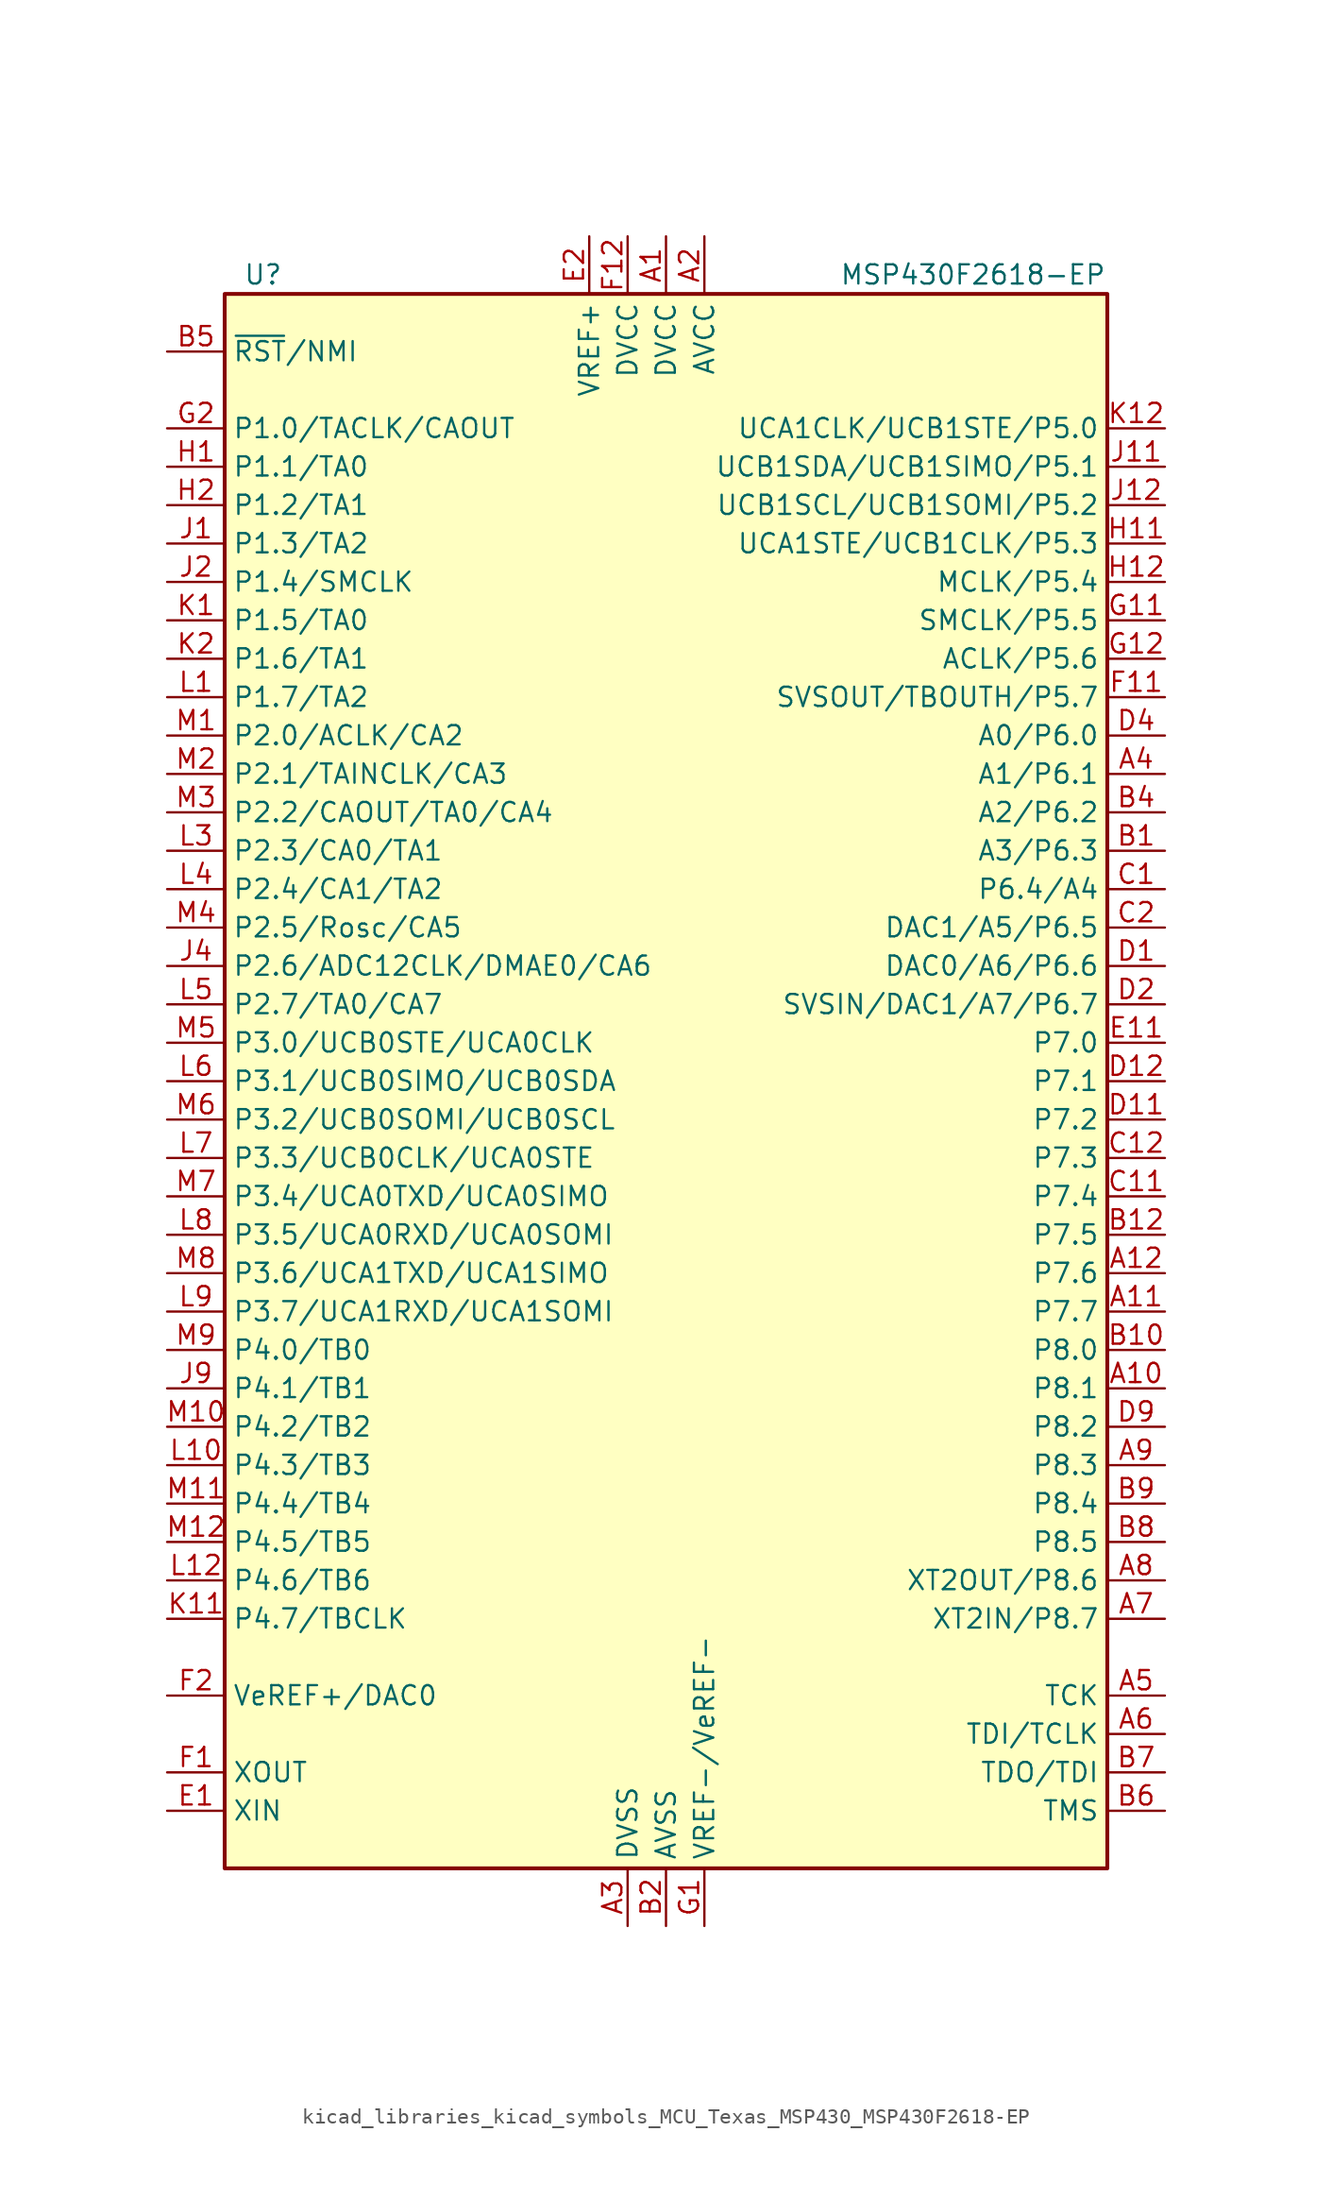
<source format=kicad_sym>
(kicad_symbol_lib
  (version 20220914)
  (generator kicad_symbol_editor)
  (symbol "kicad_libraries_kicad_symbols_MCU_Texas_MSP430_MSP430F2618-EP"
    (property "Reference" "U"
      (at -26.67 53.34 0)
      (effects (font (size 1.27 1.27))))
    (property "Value" "MSP430F2618-EP"
      (at 20.32 53.34 0)
      (effects (font (size 1.27 1.27))))
    (symbol "kicad_libraries_kicad_symbols_MCU_Texas_MSP430_MSP430F2618-EP_0_1"
      (rectangle (start -29.21 52.07) (end 29.21 -52.07) (stroke (width 0.254) (type default)) (fill (type background))))
    (symbol "kicad_libraries_kicad_symbols_MCU_Texas_MSP430_MSP430F2618-EP_1_1"
      (pin power_in line (at 0 55.88 270) (length 3.81) (name "DVCC" (effects (font (size 1.27 1.27)))) (number "A1" (effects (font (size 1.27 1.27)))))
      (pin bidirectional line (at 33.02 -20.32 180) (length 3.81) (name "P8.1" (effects (font (size 1.27 1.27)))) (number "A10" (effects (font (size 1.27 1.27)))))
      (pin bidirectional line (at 33.02 -15.24 180) (length 3.81) (name "P7.7" (effects (font (size 1.27 1.27)))) (number "A11" (effects (font (size 1.27 1.27)))))
      (pin bidirectional line (at 33.02 -12.7 180) (length 3.81) (name "P7.6" (effects (font (size 1.27 1.27)))) (number "A12" (effects (font (size 1.27 1.27)))))
      (pin power_in line (at 2.54 55.88 270) (length 3.81) (name "AVCC" (effects (font (size 1.27 1.27)))) (number "A2" (effects (font (size 1.27 1.27)))))
      (pin power_in line (at -2.54 -55.88 90) (length 3.81) (name "DVSS" (effects (font (size 1.27 1.27)))) (number "A3" (effects (font (size 1.27 1.27)))))
      (pin bidirectional line (at 33.02 20.32 180) (length 3.81) (name "A1/P6.1" (effects (font (size 1.27 1.27)))) (number "A4" (effects (font (size 1.27 1.27)))))
      (pin input line (at 33.02 -40.64 180) (length 3.81) (name "TCK" (effects (font (size 1.27 1.27)))) (number "A5" (effects (font (size 1.27 1.27)))))
      (pin input line (at 33.02 -43.18 180) (length 3.81) (name "TDI/TCLK" (effects (font (size 1.27 1.27)))) (number "A6" (effects (font (size 1.27 1.27)))))
      (pin bidirectional line (at 33.02 -35.56 180) (length 3.81) (name "XT2IN/P8.7" (effects (font (size 1.27 1.27)))) (number "A7" (effects (font (size 1.27 1.27)))))
      (pin bidirectional line (at 33.02 -33.02 180) (length 3.81) (name "XT2OUT/P8.6" (effects (font (size 1.27 1.27)))) (number "A8" (effects (font (size 1.27 1.27)))))
      (pin bidirectional line (at 33.02 -25.4 180) (length 3.81) (name "P8.3" (effects (font (size 1.27 1.27)))) (number "A9" (effects (font (size 1.27 1.27)))))
      (pin bidirectional line (at 33.02 15.24 180) (length 3.81) (name "A3/P6.3" (effects (font (size 1.27 1.27)))) (number "B1" (effects (font (size 1.27 1.27)))))
      (pin bidirectional line (at 33.02 -17.78 180) (length 3.81) (name "P8.0" (effects (font (size 1.27 1.27)))) (number "B10" (effects (font (size 1.27 1.27)))))
      (pin passive line (at -2.54 -55.88 90) (length 3.81) hide (name "DVSS" (effects (font (size 1.27 1.27)))) (number "B11" (effects (font (size 1.27 1.27)))))
      (pin bidirectional line (at 33.02 -10.16 180) (length 3.81) (name "P7.5" (effects (font (size 1.27 1.27)))) (number "B12" (effects (font (size 1.27 1.27)))))
      (pin power_in line (at 0 -55.88 90) (length 3.81) (name "AVSS" (effects (font (size 1.27 1.27)))) (number "B2" (effects (font (size 1.27 1.27)))))
      (pin passive line (at 0 -55.88 90) (length 3.81) hide (name "AVSS" (effects (font (size 1.27 1.27)))) (number "B3" (effects (font (size 1.27 1.27)))))
      (pin bidirectional line (at 33.02 17.78 180) (length 3.81) (name "A2/P6.2" (effects (font (size 1.27 1.27)))) (number "B4" (effects (font (size 1.27 1.27)))))
      (pin input line (at -33.02 48.26 0) (length 3.81) (name "~{RST}/NMI" (effects (font (size 1.27 1.27)))) (number "B5" (effects (font (size 1.27 1.27)))))
      (pin input line (at 33.02 -48.26 180) (length 3.81) (name "TMS" (effects (font (size 1.27 1.27)))) (number "B6" (effects (font (size 1.27 1.27)))))
      (pin bidirectional line (at 33.02 -45.72 180) (length 3.81) (name "TDO/TDI" (effects (font (size 1.27 1.27)))) (number "B7" (effects (font (size 1.27 1.27)))))
      (pin bidirectional line (at 33.02 -30.48 180) (length 3.81) (name "P8.5" (effects (font (size 1.27 1.27)))) (number "B8" (effects (font (size 1.27 1.27)))))
      (pin bidirectional line (at 33.02 -27.94 180) (length 3.81) (name "P8.4" (effects (font (size 1.27 1.27)))) (number "B9" (effects (font (size 1.27 1.27)))))
      (pin bidirectional line (at 33.02 12.7 180) (length 3.81) (name "P6.4/A4" (effects (font (size 1.27 1.27)))) (number "C1" (effects (font (size 1.27 1.27)))))
      (pin bidirectional line (at 33.02 -7.62 180) (length 3.81) (name "P7.4" (effects (font (size 1.27 1.27)))) (number "C11" (effects (font (size 1.27 1.27)))))
      (pin bidirectional line (at 33.02 -5.08 180) (length 3.81) (name "P7.3" (effects (font (size 1.27 1.27)))) (number "C12" (effects (font (size 1.27 1.27)))))
      (pin bidirectional line (at 33.02 10.16 180) (length 3.81) (name "DAC1/A5/P6.5" (effects (font (size 1.27 1.27)))) (number "C2" (effects (font (size 1.27 1.27)))))
      (pin bidirectional line (at 33.02 10.16 180) (length 3.81) hide (name "DAC1/A5/P6.5" (effects (font (size 1.27 1.27)))) (number "C3" (effects (font (size 1.27 1.27)))))
      (pin bidirectional line (at 33.02 7.62 180) (length 3.81) (name "DAC0/A6/P6.6" (effects (font (size 1.27 1.27)))) (number "D1" (effects (font (size 1.27 1.27)))))
      (pin bidirectional line (at 33.02 -2.54 180) (length 3.81) (name "P7.2" (effects (font (size 1.27 1.27)))) (number "D11" (effects (font (size 1.27 1.27)))))
      (pin bidirectional line (at 33.02 0 180) (length 3.81) (name "P7.1" (effects (font (size 1.27 1.27)))) (number "D12" (effects (font (size 1.27 1.27)))))
      (pin bidirectional line (at 33.02 5.08 180) (length 3.81) (name "SVSIN/DAC1/A7/P6.7" (effects (font (size 1.27 1.27)))) (number "D2" (effects (font (size 1.27 1.27)))))
      (pin bidirectional line (at 33.02 22.86 180) (length 3.81) (name "A0/P6.0" (effects (font (size 1.27 1.27)))) (number "D4" (effects (font (size 1.27 1.27)))))
      (pin passive line (at -2.54 -55.88 90) (length 3.81) hide (name "DVSS" (effects (font (size 1.27 1.27)))) (number "D5" (effects (font (size 1.27 1.27)))))
      (pin passive line (at -2.54 -55.88 90) (length 3.81) hide (name "DVSS" (effects (font (size 1.27 1.27)))) (number "D6" (effects (font (size 1.27 1.27)))))
      (pin passive line (at -2.54 -55.88 90) (length 3.81) hide (name "DVSS" (effects (font (size 1.27 1.27)))) (number "D7" (effects (font (size 1.27 1.27)))))
      (pin passive line (at -2.54 -55.88 90) (length 3.81) hide (name "DVSS" (effects (font (size 1.27 1.27)))) (number "D8" (effects (font (size 1.27 1.27)))))
      (pin bidirectional line (at 33.02 -22.86 180) (length 3.81) (name "P8.2" (effects (font (size 1.27 1.27)))) (number "D9" (effects (font (size 1.27 1.27)))))
      (pin input line (at -33.02 -48.26 0) (length 3.81) (name "XIN" (effects (font (size 1.27 1.27)))) (number "E1" (effects (font (size 1.27 1.27)))))
      (pin power_in line (at 33.02 2.54 180) (length 3.81) (name "P7.0" (effects (font (size 1.27 1.27)))) (number "E11" (effects (font (size 1.27 1.27)))))
      (pin passive line (at -2.54 -55.88 90) (length 3.81) hide (name "DVSS" (effects (font (size 1.27 1.27)))) (number "E12" (effects (font (size 1.27 1.27)))))
      (pin power_in line (at -5.08 55.88 270) (length 3.81) (name "VREF+" (effects (font (size 1.27 1.27)))) (number "E2" (effects (font (size 1.27 1.27)))))
      (pin passive line (at -2.54 -55.88 90) (length 3.81) hide (name "DVSS" (effects (font (size 1.27 1.27)))) (number "E4" (effects (font (size 1.27 1.27)))))
      (pin passive line (at -2.54 -55.88 90) (length 3.81) hide (name "DVSS" (effects (font (size 1.27 1.27)))) (number "E5" (effects (font (size 1.27 1.27)))))
      (pin passive line (at -2.54 -55.88 90) (length 3.81) hide (name "DVSS" (effects (font (size 1.27 1.27)))) (number "E6" (effects (font (size 1.27 1.27)))))
      (pin passive line (at -2.54 -55.88 90) (length 3.81) hide (name "DVSS" (effects (font (size 1.27 1.27)))) (number "E7" (effects (font (size 1.27 1.27)))))
      (pin passive line (at -2.54 -55.88 90) (length 3.81) hide (name "DVSS" (effects (font (size 1.27 1.27)))) (number "E8" (effects (font (size 1.27 1.27)))))
      (pin passive line (at -2.54 -55.88 90) (length 3.81) hide (name "DVSS" (effects (font (size 1.27 1.27)))) (number "E9" (effects (font (size 1.27 1.27)))))
      (pin output line (at -33.02 -45.72 0) (length 3.81) (name "XOUT" (effects (font (size 1.27 1.27)))) (number "F1" (effects (font (size 1.27 1.27)))))
      (pin bidirectional line (at 33.02 25.4 180) (length 3.81) (name "SVSOUT/TBOUTH/P5.7" (effects (font (size 1.27 1.27)))) (number "F11" (effects (font (size 1.27 1.27)))))
      (pin power_in line (at -2.54 55.88 270) (length 3.81) (name "DVCC" (effects (font (size 1.27 1.27)))) (number "F12" (effects (font (size 1.27 1.27)))))
      (pin bidirectional line (at -33.02 -40.64 0) (length 3.81) (name "VeREF+/DAC0" (effects (font (size 1.27 1.27)))) (number "F2" (effects (font (size 1.27 1.27)))))
      (pin passive line (at -2.54 -55.88 90) (length 3.81) hide (name "DVSS" (effects (font (size 1.27 1.27)))) (number "F4" (effects (font (size 1.27 1.27)))))
      (pin passive line (at -2.54 -55.88 90) (length 3.81) hide (name "DVSS" (effects (font (size 1.27 1.27)))) (number "F5" (effects (font (size 1.27 1.27)))))
      (pin passive line (at -2.54 -55.88 90) (length 3.81) hide (name "DVSS" (effects (font (size 1.27 1.27)))) (number "F8" (effects (font (size 1.27 1.27)))))
      (pin passive line (at -2.54 -55.88 90) (length 3.81) hide (name "DVSS" (effects (font (size 1.27 1.27)))) (number "F9" (effects (font (size 1.27 1.27)))))
      (pin bidirectional line (at 2.54 -55.88 90) (length 3.81) (name "VREF-/VeREF-" (effects (font (size 1.27 1.27)))) (number "G1" (effects (font (size 1.27 1.27)))))
      (pin bidirectional line (at 33.02 30.48 180) (length 3.81) (name "SMCLK/P5.5" (effects (font (size 1.27 1.27)))) (number "G11" (effects (font (size 1.27 1.27)))))
      (pin bidirectional line (at 33.02 27.94 180) (length 3.81) (name "ACLK/P5.6" (effects (font (size 1.27 1.27)))) (number "G12" (effects (font (size 1.27 1.27)))))
      (pin bidirectional line (at -33.02 43.18 0) (length 3.81) (name "P1.0/TACLK/CAOUT" (effects (font (size 1.27 1.27)))) (number "G2" (effects (font (size 1.27 1.27)))))
      (pin passive line (at -2.54 -55.88 90) (length 3.81) hide (name "DVSS" (effects (font (size 1.27 1.27)))) (number "G4" (effects (font (size 1.27 1.27)))))
      (pin passive line (at -2.54 -55.88 90) (length 3.81) hide (name "DVSS" (effects (font (size 1.27 1.27)))) (number "G5" (effects (font (size 1.27 1.27)))))
      (pin passive line (at -2.54 -55.88 90) (length 3.81) hide (name "DVSS" (effects (font (size 1.27 1.27)))) (number "G8" (effects (font (size 1.27 1.27)))))
      (pin passive line (at -2.54 -55.88 90) (length 3.81) hide (name "DVSS" (effects (font (size 1.27 1.27)))) (number "G9" (effects (font (size 1.27 1.27)))))
      (pin bidirectional line (at -33.02 40.64 0) (length 3.81) (name "P1.1/TA0" (effects (font (size 1.27 1.27)))) (number "H1" (effects (font (size 1.27 1.27)))))
      (pin bidirectional line (at 33.02 35.56 180) (length 3.81) (name "UCA1STE/UCB1CLK/P5.3" (effects (font (size 1.27 1.27)))) (number "H11" (effects (font (size 1.27 1.27)))))
      (pin bidirectional line (at 33.02 33.02 180) (length 3.81) (name "MCLK/P5.4" (effects (font (size 1.27 1.27)))) (number "H12" (effects (font (size 1.27 1.27)))))
      (pin bidirectional line (at -33.02 38.1 0) (length 3.81) (name "P1.2/TA1" (effects (font (size 1.27 1.27)))) (number "H2" (effects (font (size 1.27 1.27)))))
      (pin passive line (at -2.54 -55.88 90) (length 3.81) hide (name "DVSS" (effects (font (size 1.27 1.27)))) (number "H4" (effects (font (size 1.27 1.27)))))
      (pin passive line (at -2.54 -55.88 90) (length 3.81) hide (name "DVSS" (effects (font (size 1.27 1.27)))) (number "H5" (effects (font (size 1.27 1.27)))))
      (pin passive line (at -2.54 -55.88 90) (length 3.81) hide (name "DVSS" (effects (font (size 1.27 1.27)))) (number "H6" (effects (font (size 1.27 1.27)))))
      (pin passive line (at -2.54 -55.88 90) (length 3.81) hide (name "DVSS" (effects (font (size 1.27 1.27)))) (number "H7" (effects (font (size 1.27 1.27)))))
      (pin passive line (at -2.54 -55.88 90) (length 3.81) hide (name "DVSS" (effects (font (size 1.27 1.27)))) (number "H8" (effects (font (size 1.27 1.27)))))
      (pin passive line (at -2.54 -55.88 90) (length 3.81) hide (name "DVSS" (effects (font (size 1.27 1.27)))) (number "H9" (effects (font (size 1.27 1.27)))))
      (pin bidirectional line (at -33.02 35.56 0) (length 3.81) (name "P1.3/TA2" (effects (font (size 1.27 1.27)))) (number "J1" (effects (font (size 1.27 1.27)))))
      (pin bidirectional line (at 33.02 40.64 180) (length 3.81) (name "UCB1SDA/UCB1SIMO/P5.1" (effects (font (size 1.27 1.27)))) (number "J11" (effects (font (size 1.27 1.27)))))
      (pin bidirectional line (at 33.02 38.1 180) (length 3.81) (name "UCB1SCL/UCB1SOMI/P5.2" (effects (font (size 1.27 1.27)))) (number "J12" (effects (font (size 1.27 1.27)))))
      (pin bidirectional line (at -33.02 33.02 0) (length 3.81) (name "P1.4/SMCLK" (effects (font (size 1.27 1.27)))) (number "J2" (effects (font (size 1.27 1.27)))))
      (pin bidirectional line (at -33.02 7.62 0) (length 3.81) (name "P2.6/ADC12CLK/DMAE0/CA6" (effects (font (size 1.27 1.27)))) (number "J4" (effects (font (size 1.27 1.27)))))
      (pin passive line (at -2.54 -55.88 90) (length 3.81) hide (name "DVSS" (effects (font (size 1.27 1.27)))) (number "J5" (effects (font (size 1.27 1.27)))))
      (pin passive line (at -2.54 -55.88 90) (length 3.81) hide (name "DVSS" (effects (font (size 1.27 1.27)))) (number "J6" (effects (font (size 1.27 1.27)))))
      (pin passive line (at -2.54 -55.88 90) (length 3.81) hide (name "DVSS" (effects (font (size 1.27 1.27)))) (number "J7" (effects (font (size 1.27 1.27)))))
      (pin passive line (at -2.54 -55.88 90) (length 3.81) hide (name "DVSS" (effects (font (size 1.27 1.27)))) (number "J8" (effects (font (size 1.27 1.27)))))
      (pin bidirectional line (at -33.02 -20.32 0) (length 3.81) (name "P4.1/TB1" (effects (font (size 1.27 1.27)))) (number "J9" (effects (font (size 1.27 1.27)))))
      (pin bidirectional line (at -33.02 30.48 0) (length 3.81) (name "P1.5/TA0" (effects (font (size 1.27 1.27)))) (number "K1" (effects (font (size 1.27 1.27)))))
      (pin bidirectional line (at -33.02 -35.56 0) (length 3.81) (name "P4.7/TBCLK" (effects (font (size 1.27 1.27)))) (number "K11" (effects (font (size 1.27 1.27)))))
      (pin bidirectional line (at 33.02 43.18 180) (length 3.81) (name "UCA1CLK/UCB1STE/P5.0" (effects (font (size 1.27 1.27)))) (number "K12" (effects (font (size 1.27 1.27)))))
      (pin bidirectional line (at -33.02 27.94 0) (length 3.81) (name "P1.6/TA1" (effects (font (size 1.27 1.27)))) (number "K2" (effects (font (size 1.27 1.27)))))
      (pin bidirectional line (at -33.02 25.4 0) (length 3.81) (name "P1.7/TA2" (effects (font (size 1.27 1.27)))) (number "L1" (effects (font (size 1.27 1.27)))))
      (pin bidirectional line (at -33.02 -25.4 0) (length 3.81) (name "P4.3/TB3" (effects (font (size 1.27 1.27)))) (number "L10" (effects (font (size 1.27 1.27)))))
      (pin passive line (at -2.54 -55.88 90) (length 3.81) hide (name "DVSS" (effects (font (size 1.27 1.27)))) (number "L11" (effects (font (size 1.27 1.27)))))
      (pin bidirectional line (at -33.02 -33.02 0) (length 3.81) (name "P4.6/TB6" (effects (font (size 1.27 1.27)))) (number "L12" (effects (font (size 1.27 1.27)))))
      (pin passive line (at -2.54 -55.88 90) (length 3.81) hide (name "DVSS" (effects (font (size 1.27 1.27)))) (number "L2" (effects (font (size 1.27 1.27)))))
      (pin bidirectional line (at -33.02 15.24 0) (length 3.81) (name "P2.3/CA0/TA1" (effects (font (size 1.27 1.27)))) (number "L3" (effects (font (size 1.27 1.27)))))
      (pin bidirectional line (at -33.02 12.7 0) (length 3.81) (name "P2.4/CA1/TA2" (effects (font (size 1.27 1.27)))) (number "L4" (effects (font (size 1.27 1.27)))))
      (pin bidirectional line (at -33.02 5.08 0) (length 3.81) (name "P2.7/TA0/CA7" (effects (font (size 1.27 1.27)))) (number "L5" (effects (font (size 1.27 1.27)))))
      (pin bidirectional line (at -33.02 0 0) (length 3.81) (name "P3.1/UCB0SIMO/UCB0SDA" (effects (font (size 1.27 1.27)))) (number "L6" (effects (font (size 1.27 1.27)))))
      (pin bidirectional line (at -33.02 -5.08 0) (length 3.81) (name "P3.3/UCB0CLK/UCA0STE" (effects (font (size 1.27 1.27)))) (number "L7" (effects (font (size 1.27 1.27)))))
      (pin bidirectional line (at -33.02 -10.16 0) (length 3.81) (name "P3.5/UCA0RXD/UCA0SOMI" (effects (font (size 1.27 1.27)))) (number "L8" (effects (font (size 1.27 1.27)))))
      (pin bidirectional line (at -33.02 -15.24 0) (length 3.81) (name "P3.7/UCA1RXD/UCA1SOMI" (effects (font (size 1.27 1.27)))) (number "L9" (effects (font (size 1.27 1.27)))))
      (pin bidirectional line (at -33.02 22.86 0) (length 3.81) (name "P2.0/ACLK/CA2" (effects (font (size 1.27 1.27)))) (number "M1" (effects (font (size 1.27 1.27)))))
      (pin bidirectional line (at -33.02 -22.86 0) (length 3.81) (name "P4.2/TB2" (effects (font (size 1.27 1.27)))) (number "M10" (effects (font (size 1.27 1.27)))))
      (pin bidirectional line (at -33.02 -27.94 0) (length 3.81) (name "P4.4/TB4" (effects (font (size 1.27 1.27)))) (number "M11" (effects (font (size 1.27 1.27)))))
      (pin bidirectional line (at -33.02 -30.48 0) (length 3.81) (name "P4.5/TB5" (effects (font (size 1.27 1.27)))) (number "M12" (effects (font (size 1.27 1.27)))))
      (pin bidirectional line (at -33.02 20.32 0) (length 3.81) (name "P2.1/TAINCLK/CA3" (effects (font (size 1.27 1.27)))) (number "M2" (effects (font (size 1.27 1.27)))))
      (pin bidirectional line (at -33.02 17.78 0) (length 3.81) (name "P2.2/CAOUT/TA0/CA4" (effects (font (size 1.27 1.27)))) (number "M3" (effects (font (size 1.27 1.27)))))
      (pin bidirectional line (at -33.02 10.16 0) (length 3.81) (name "P2.5/Rosc/CA5" (effects (font (size 1.27 1.27)))) (number "M4" (effects (font (size 1.27 1.27)))))
      (pin bidirectional line (at -33.02 2.54 0) (length 3.81) (name "P3.0/UCB0STE/UCA0CLK" (effects (font (size 1.27 1.27)))) (number "M5" (effects (font (size 1.27 1.27)))))
      (pin bidirectional line (at -33.02 -2.54 0) (length 3.81) (name "P3.2/UCB0SOMI/UCB0SCL" (effects (font (size 1.27 1.27)))) (number "M6" (effects (font (size 1.27 1.27)))))
      (pin bidirectional line (at -33.02 -7.62 0) (length 3.81) (name "P3.4/UCA0TXD/UCA0SIMO" (effects (font (size 1.27 1.27)))) (number "M7" (effects (font (size 1.27 1.27)))))
      (pin bidirectional line (at -33.02 -12.7 0) (length 3.81) (name "P3.6/UCA1TXD/UCA1SIMO" (effects (font (size 1.27 1.27)))) (number "M8" (effects (font (size 1.27 1.27)))))
      (pin bidirectional line (at -33.02 -17.78 0) (length 3.81) (name "P4.0/TB0" (effects (font (size 1.27 1.27)))) (number "M9" (effects (font (size 1.27 1.27))))))))
</source>
